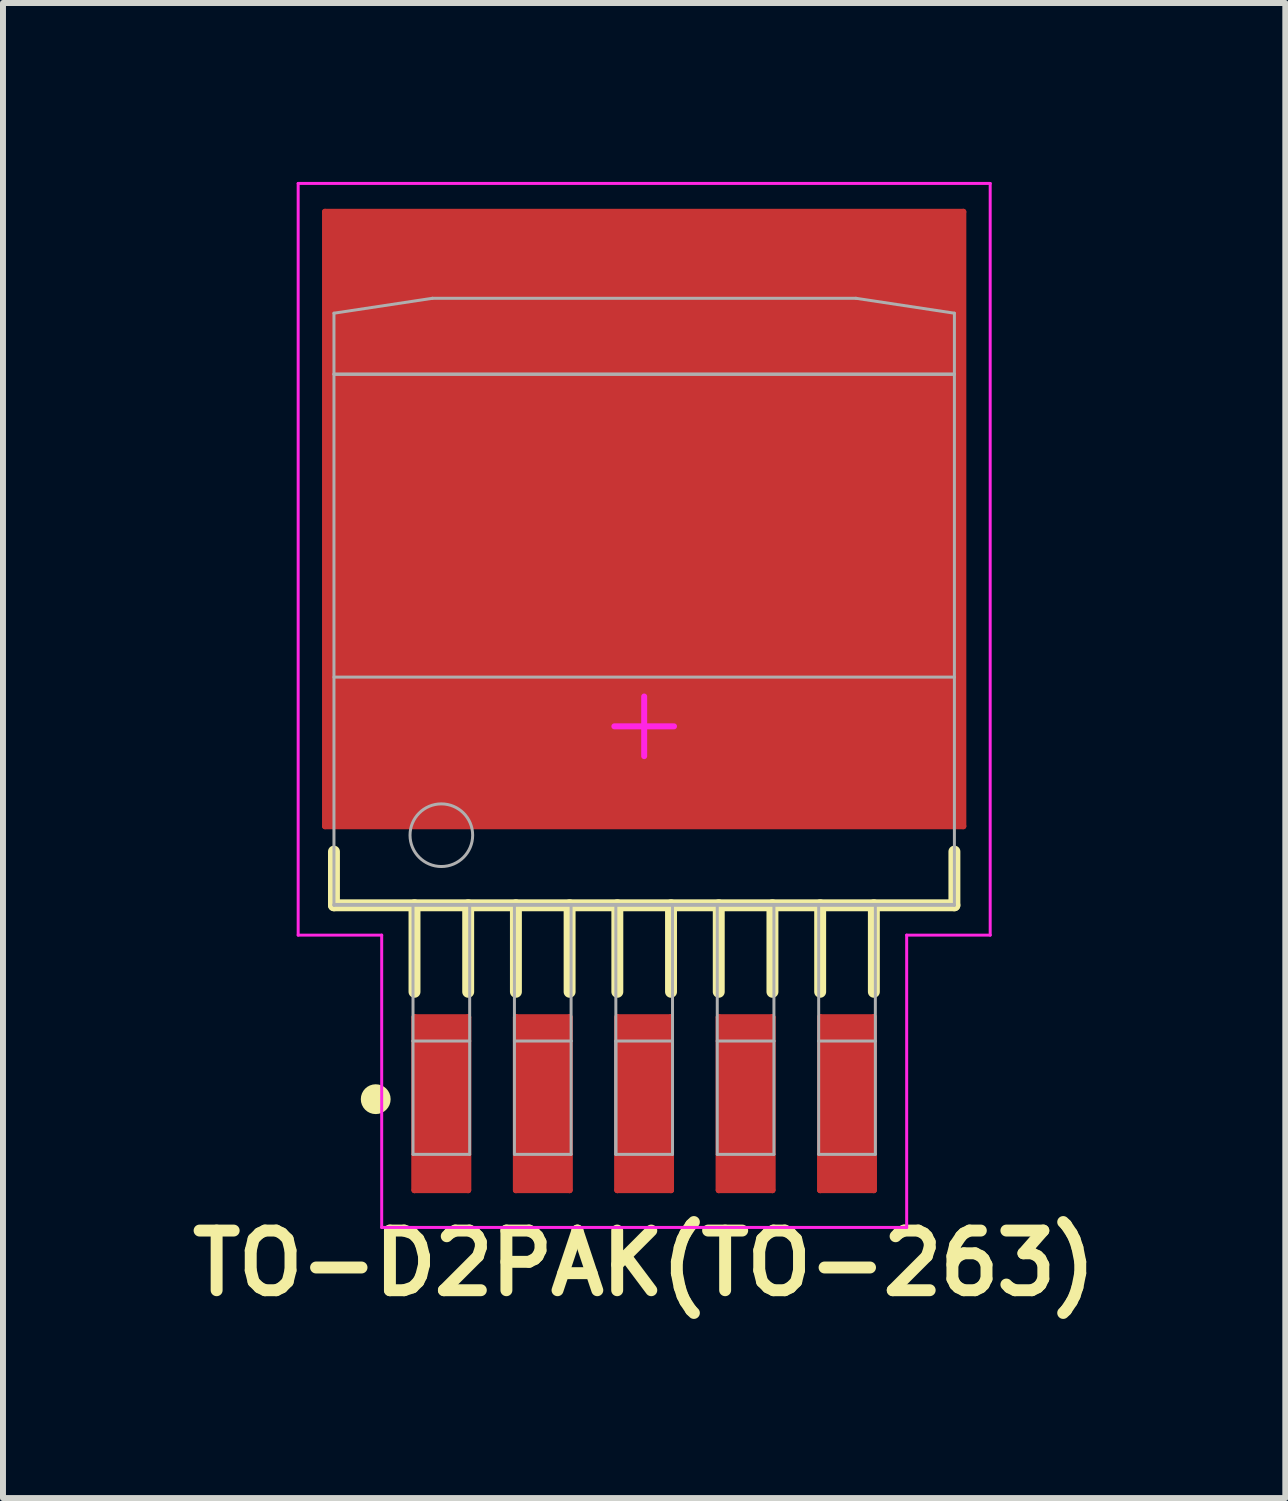
<source format=kicad_pcb>
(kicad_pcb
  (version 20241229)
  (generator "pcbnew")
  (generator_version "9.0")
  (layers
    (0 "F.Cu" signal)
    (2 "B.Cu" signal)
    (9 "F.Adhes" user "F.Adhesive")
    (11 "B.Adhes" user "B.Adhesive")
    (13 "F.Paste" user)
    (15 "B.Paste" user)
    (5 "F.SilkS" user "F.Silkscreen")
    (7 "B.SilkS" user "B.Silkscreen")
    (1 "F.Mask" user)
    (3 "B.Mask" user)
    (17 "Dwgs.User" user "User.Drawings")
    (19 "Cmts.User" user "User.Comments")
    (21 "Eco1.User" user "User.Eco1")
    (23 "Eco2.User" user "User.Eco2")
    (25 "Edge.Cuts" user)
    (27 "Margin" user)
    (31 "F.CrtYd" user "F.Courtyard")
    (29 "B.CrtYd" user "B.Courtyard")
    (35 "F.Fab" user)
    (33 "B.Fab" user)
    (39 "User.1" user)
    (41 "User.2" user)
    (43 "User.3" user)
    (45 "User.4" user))
  (footprint "TO-D2PAK(TO-263)"
    (layer "F.Cu")
    (at 7.748 9.125)
    (property "Reference" "TO-D2PAK(TO-263)" (at 0 9 0) (layer "F.SilkS") (effects (font (size 1 1) (thickness 0.2))))
    (attr through_hole)
    (fp_line (start -5.35 -8.625) (end 5.35 -8.625) (stroke (width 0.1) (type solid)) (layer "F.Cu"))
    (fp_line (start -5.35 1.675) (end -5.35 -8.625) (stroke (width 0.1) (type solid)) (layer "F.Cu"))
    (fp_line (start -5.35 1.675) (end 5.35 1.675) (stroke (width 0.1) (type solid)) (layer "F.Cu"))
    (fp_line (start -3.85 4.875) (end -2.95 4.875) (stroke (width 0.1) (type solid)) (layer "F.Cu"))
    (fp_line (start -3.85 7.775) (end -3.85 4.875) (stroke (width 0.1) (type solid)) (layer "F.Cu"))
    (fp_line (start -3.85 7.775) (end -3.85 4.875) (stroke (width 0.1) (type solid)) (layer "F.Cu"))
    (fp_line (start -3.85 7.775) (end -2.95 7.775) (stroke (width 0.1) (type solid)) (layer "F.Cu"))
    (fp_line (start -2.95 7.775) (end -2.95 4.875) (stroke (width 0.1) (type solid)) (layer "F.Cu"))
    (fp_line (start -2.95 7.775) (end -2.95 4.875) (stroke (width 0.1) (type solid)) (layer "F.Cu"))
    (fp_line (start -2.15 4.875) (end -1.25 4.875) (stroke (width 0.1) (type solid)) (layer "F.Cu"))
    (fp_line (start -2.15 7.775) (end -2.15 4.875) (stroke (width 0.1) (type solid)) (layer "F.Cu"))
    (fp_line (start -2.15 7.775) (end -2.15 4.875) (stroke (width 0.1) (type solid)) (layer "F.Cu"))
    (fp_line (start -2.15 7.775) (end -1.25 7.775) (stroke (width 0.1) (type solid)) (layer "F.Cu"))
    (fp_line (start -1.25 7.775) (end -1.25 4.875) (stroke (width 0.1) (type solid)) (layer "F.Cu"))
    (fp_line (start -1.25 7.775) (end -1.25 4.875) (stroke (width 0.1) (type solid)) (layer "F.Cu"))
    (fp_line (start -0.45 4.875) (end 0.45 4.875) (stroke (width 0.1) (type solid)) (layer "F.Cu"))
    (fp_line (start -0.45 7.775) (end -0.45 4.875) (stroke (width 0.1) (type solid)) (layer "F.Cu"))
    (fp_line (start -0.45 7.775) (end -0.45 4.875) (stroke (width 0.1) (type solid)) (layer "F.Cu"))
    (fp_line (start -0.45 7.775) (end 0.45 7.775) (stroke (width 0.1) (type solid)) (layer "F.Cu"))
    (fp_line (start 0.45 7.775) (end 0.45 4.875) (stroke (width 0.1) (type solid)) (layer "F.Cu"))
    (fp_line (start 0.45 7.775) (end 0.45 4.875) (stroke (width 0.1) (type solid)) (layer "F.Cu"))
    (fp_line (start 1.25 4.875) (end 2.15 4.875) (stroke (width 0.1) (type solid)) (layer "F.Cu"))
    (fp_line (start 1.25 7.775) (end 1.25 4.875) (stroke (width 0.1) (type solid)) (layer "F.Cu"))
    (fp_line (start 1.25 7.775) (end 1.25 4.875) (stroke (width 0.1) (type solid)) (layer "F.Cu"))
    (fp_line (start 1.25 7.775) (end 2.15 7.775) (stroke (width 0.1) (type solid)) (layer "F.Cu"))
    (fp_line (start 2.15 7.775) (end 2.15 4.875) (stroke (width 0.1) (type solid)) (layer "F.Cu"))
    (fp_line (start 2.15 7.775) (end 2.15 4.875) (stroke (width 0.1) (type solid)) (layer "F.Cu"))
    (fp_line (start 2.95 4.875) (end 3.85 4.875) (stroke (width 0.1) (type solid)) (layer "F.Cu"))
    (fp_line (start 2.95 7.775) (end 2.95 4.875) (stroke (width 0.1) (type solid)) (layer "F.Cu"))
    (fp_line (start 2.95 7.775) (end 2.95 4.875) (stroke (width 0.1) (type solid)) (layer "F.Cu"))
    (fp_line (start 2.95 7.775) (end 3.85 7.775) (stroke (width 0.1) (type solid)) (layer "F.Cu"))
    (fp_line (start 3.85 7.775) (end 3.85 4.875) (stroke (width 0.1) (type solid)) (layer "F.Cu"))
    (fp_line (start 3.85 7.775) (end 3.85 4.875) (stroke (width 0.1) (type solid)) (layer "F.Cu"))
    (fp_line (start 5.35 1.675) (end 5.35 -8.625) (stroke (width 0.1) (type solid)) (layer "F.Cu"))
    (fp_line (start -5.35 -8.625) (end 5.35 -8.625) (stroke (width 0.3) (type solid)) (layer "F.Mask"))
    (fp_line (start -5.35 1.675) (end -5.35 -8.625) (stroke (width 0.3) (type solid)) (layer "F.Mask"))
    (fp_line (start -5.35 1.675) (end 5.35 1.675) (stroke (width 0.3) (type solid)) (layer "F.Mask"))
    (fp_line (start -3.85 4.875) (end -2.95 4.875) (stroke (width 0.3) (type solid)) (layer "F.Mask"))
    (fp_line (start -3.85 7.775) (end -3.85 4.875) (stroke (width 0.3) (type solid)) (layer "F.Mask"))
    (fp_line (start -3.85 7.775) (end -3.85 4.875) (stroke (width 0.3) (type solid)) (layer "F.Mask"))
    (fp_line (start -3.85 7.775) (end -2.95 7.775) (stroke (width 0.3) (type solid)) (layer "F.Mask"))
    (fp_line (start -2.95 7.775) (end -2.95 4.875) (stroke (width 0.3) (type solid)) (layer "F.Mask"))
    (fp_line (start -2.95 7.775) (end -2.95 4.875) (stroke (width 0.3) (type solid)) (layer "F.Mask"))
    (fp_line (start -2.15 4.875) (end -1.25 4.875) (stroke (width 0.3) (type solid)) (layer "F.Mask"))
    (fp_line (start -2.15 7.775) (end -2.15 4.875) (stroke (width 0.3) (type solid)) (layer "F.Mask"))
    (fp_line (start -2.15 7.775) (end -2.15 4.875) (stroke (width 0.3) (type solid)) (layer "F.Mask"))
    (fp_line (start -2.15 7.775) (end -1.25 7.775) (stroke (width 0.3) (type solid)) (layer "F.Mask"))
    (fp_line (start -1.25 7.775) (end -1.25 4.875) (stroke (width 0.3) (type solid)) (layer "F.Mask"))
    (fp_line (start -1.25 7.775) (end -1.25 4.875) (stroke (width 0.3) (type solid)) (layer "F.Mask"))
    (fp_line (start -0.45 4.875) (end 0.45 4.875) (stroke (width 0.3) (type solid)) (layer "F.Mask"))
    (fp_line (start -0.45 7.775) (end -0.45 4.875) (stroke (width 0.3) (type solid)) (layer "F.Mask"))
    (fp_line (start -0.45 7.775) (end -0.45 4.875) (stroke (width 0.3) (type solid)) (layer "F.Mask"))
    (fp_line (start -0.45 7.775) (end 0.45 7.775) (stroke (width 0.3) (type solid)) (layer "F.Mask"))
    (fp_line (start 0.45 7.775) (end 0.45 4.875) (stroke (width 0.3) (type solid)) (layer "F.Mask"))
    (fp_line (start 0.45 7.775) (end 0.45 4.875) (stroke (width 0.3) (type solid)) (layer "F.Mask"))
    (fp_line (start 1.25 4.875) (end 2.15 4.875) (stroke (width 0.3) (type solid)) (layer "F.Mask"))
    (fp_line (start 1.25 7.775) (end 1.25 4.875) (stroke (width 0.3) (type solid)) (layer "F.Mask"))
    (fp_line (start 1.25 7.775) (end 1.25 4.875) (stroke (width 0.3) (type solid)) (layer "F.Mask"))
    (fp_line (start 1.25 7.775) (end 2.15 7.775) (stroke (width 0.3) (type solid)) (layer "F.Mask"))
    (fp_line (start 2.15 7.775) (end 2.15 4.875) (stroke (width 0.3) (type solid)) (layer "F.Mask"))
    (fp_line (start 2.15 7.775) (end 2.15 4.875) (stroke (width 0.3) (type solid)) (layer "F.Mask"))
    (fp_line (start 2.95 4.875) (end 3.85 4.875) (stroke (width 0.3) (type solid)) (layer "F.Mask"))
    (fp_line (start 2.95 7.775) (end 2.95 4.875) (stroke (width 0.3) (type solid)) (layer "F.Mask"))
    (fp_line (start 2.95 7.775) (end 2.95 4.875) (stroke (width 0.3) (type solid)) (layer "F.Mask"))
    (fp_line (start 2.95 7.775) (end 3.85 7.775) (stroke (width 0.3) (type solid)) (layer "F.Mask"))
    (fp_line (start 3.85 7.775) (end 3.85 4.875) (stroke (width 0.3) (type solid)) (layer "F.Mask"))
    (fp_line (start 3.85 7.775) (end 3.85 4.875) (stroke (width 0.3) (type solid)) (layer "F.Mask"))
    (fp_line (start 5.35 1.675) (end 5.35 -8.625) (stroke (width 0.3) (type solid)) (layer "F.Mask"))
    (fp_line (start -5.2 2.1) (end -5.2 3) (stroke (width 0.2) (type solid)) (layer "F.SilkS"))
    (fp_line (start -5.2 3) (end 5.2 3) (stroke (width 0.2) (type solid)) (layer "F.SilkS"))
    (fp_line (start -3.85 3) (end -3.85 4.45) (stroke (width 0.2) (type solid)) (layer "F.SilkS"))
    (fp_line (start -2.95 3) (end -2.95 4.45) (stroke (width 0.2) (type solid)) (layer "F.SilkS"))
    (fp_line (start -2.15 3) (end -2.15 4.45) (stroke (width 0.2) (type solid)) (layer "F.SilkS"))
    (fp_line (start -1.25 3) (end -1.25 4.45) (stroke (width 0.2) (type solid)) (layer "F.SilkS"))
    (fp_line (start -0.45 3) (end -0.45 4.45) (stroke (width 0.2) (type solid)) (layer "F.SilkS"))
    (fp_line (start 0.45 3) (end 0.45 4.45) (stroke (width 0.2) (type solid)) (layer "F.SilkS"))
    (fp_line (start 1.25 3) (end 1.25 4.45) (stroke (width 0.2) (type solid)) (layer "F.SilkS"))
    (fp_line (start 2.15 3) (end 2.15 4.45) (stroke (width 0.2) (type solid)) (layer "F.SilkS"))
    (fp_line (start 2.95 3) (end 2.95 4.45) (stroke (width 0.2) (type solid)) (layer "F.SilkS"))
    (fp_line (start 3.85 3) (end 3.85 4.45) (stroke (width 0.2) (type solid)) (layer "F.SilkS"))
    (fp_line (start 5.2 3) (end 5.2 2.1) (stroke (width 0.2) (type solid)) (layer "F.SilkS"))
    (fp_circle (center -4.5 6.25) (end -4.4 6.25) (stroke (width 0.2) (type solid)) (fill no) (layer "F.SilkS"))
    (fp_circle (center -4.5 6.25) (end -4.35 6.25) (stroke (width 0.2) (type solid)) (fill no) (layer "F.SilkS"))
    (fp_line (start -5.35 -8.625) (end 5.35 -8.625) (stroke (width 0.05) (type solid)) (layer "F.Paste"))
    (fp_line (start -5.35 1.675) (end -5.35 -8.625) (stroke (width 0.05) (type solid)) (layer "F.Paste"))
    (fp_line (start -5.35 1.675) (end 5.35 1.675) (stroke (width 0.05) (type solid)) (layer "F.Paste"))
    (fp_line (start -3.85 4.875) (end -2.95 4.875) (stroke (width 0.05) (type solid)) (layer "F.Paste"))
    (fp_line (start -3.85 7.775) (end -3.85 4.875) (stroke (width 0.05) (type solid)) (layer "F.Paste"))
    (fp_line (start -3.85 7.775) (end -3.85 4.875) (stroke (width 0.05) (type solid)) (layer "F.Paste"))
    (fp_line (start -3.85 7.775) (end -2.95 7.775) (stroke (width 0.05) (type solid)) (layer "F.Paste"))
    (fp_line (start -2.95 7.775) (end -2.95 4.875) (stroke (width 0.05) (type solid)) (layer "F.Paste"))
    (fp_line (start -2.95 7.775) (end -2.95 4.875) (stroke (width 0.05) (type solid)) (layer "F.Paste"))
    (fp_line (start -2.15 4.875) (end -1.25 4.875) (stroke (width 0.05) (type solid)) (layer "F.Paste"))
    (fp_line (start -2.15 7.775) (end -2.15 4.875) (stroke (width 0.05) (type solid)) (layer "F.Paste"))
    (fp_line (start -2.15 7.775) (end -2.15 4.875) (stroke (width 0.05) (type solid)) (layer "F.Paste"))
    (fp_line (start -2.15 7.775) (end -1.25 7.775) (stroke (width 0.05) (type solid)) (layer "F.Paste"))
    (fp_line (start -1.25 7.775) (end -1.25 4.875) (stroke (width 0.05) (type solid)) (layer "F.Paste"))
    (fp_line (start -1.25 7.775) (end -1.25 4.875) (stroke (width 0.05) (type solid)) (layer "F.Paste"))
    (fp_line (start -0.45 4.875) (end 0.45 4.875) (stroke (width 0.05) (type solid)) (layer "F.Paste"))
    (fp_line (start -0.45 7.775) (end -0.45 4.875) (stroke (width 0.05) (type solid)) (layer "F.Paste"))
    (fp_line (start -0.45 7.775) (end -0.45 4.875) (stroke (width 0.05) (type solid)) (layer "F.Paste"))
    (fp_line (start -0.45 7.775) (end 0.45 7.775) (stroke (width 0.05) (type solid)) (layer "F.Paste"))
    (fp_line (start 0.45 7.775) (end 0.45 4.875) (stroke (width 0.05) (type solid)) (layer "F.Paste"))
    (fp_line (start 0.45 7.775) (end 0.45 4.875) (stroke (width 0.05) (type solid)) (layer "F.Paste"))
    (fp_line (start 1.25 4.875) (end 2.15 4.875) (stroke (width 0.05) (type solid)) (layer "F.Paste"))
    (fp_line (start 1.25 7.775) (end 1.25 4.875) (stroke (width 0.05) (type solid)) (layer "F.Paste"))
    (fp_line (start 1.25 7.775) (end 1.25 4.875) (stroke (width 0.05) (type solid)) (layer "F.Paste"))
    (fp_line (start 1.25 7.775) (end 2.15 7.775) (stroke (width 0.05) (type solid)) (layer "F.Paste"))
    (fp_line (start 2.15 7.775) (end 2.15 4.875) (stroke (width 0.05) (type solid)) (layer "F.Paste"))
    (fp_line (start 2.15 7.775) (end 2.15 4.875) (stroke (width 0.05) (type solid)) (layer "F.Paste"))
    (fp_line (start 2.95 4.875) (end 3.85 4.875) (stroke (width 0.05) (type solid)) (layer "F.Paste"))
    (fp_line (start 2.95 7.775) (end 2.95 4.875) (stroke (width 0.05) (type solid)) (layer "F.Paste"))
    (fp_line (start 2.95 7.775) (end 2.95 4.875) (stroke (width 0.05) (type solid)) (layer "F.Paste"))
    (fp_line (start 2.95 7.775) (end 3.85 7.775) (stroke (width 0.05) (type solid)) (layer "F.Paste"))
    (fp_line (start 3.85 7.775) (end 3.85 4.875) (stroke (width 0.05) (type solid)) (layer "F.Paste"))
    (fp_line (start 3.85 7.775) (end 3.85 4.875) (stroke (width 0.05) (type solid)) (layer "F.Paste"))
    (fp_line (start 5.35 1.675) (end 5.35 -8.625) (stroke (width 0.05) (type solid)) (layer "F.Paste"))
    (fp_line (start -5.8 -9.1) (end 5.8 -9.1) (stroke (width 0.05) (type solid)) (layer "F.CrtYd"))
    (fp_line (start -5.8 3.5) (end -5.8 -9.1) (stroke (width 0.05) (type solid)) (layer "F.CrtYd"))
    (fp_line (start -4.4 3.5) (end -5.8 3.5) (stroke (width 0.05) (type solid)) (layer "F.CrtYd"))
    (fp_line (start -4.4 8.4) (end -4.4 3.5) (stroke (width 0.05) (type solid)) (layer "F.CrtYd"))
    (fp_line (start -0.5 0) (end 0.5 0) (stroke (width 0.1) (type solid)) (layer "F.CrtYd"))
    (fp_line (start 0 -0.5) (end 0 0.5) (stroke (width 0.1) (type solid)) (layer "F.CrtYd"))
    (fp_line (start 4.4 3.5) (end 4.4 8.4) (stroke (width 0.05) (type solid)) (layer "F.CrtYd"))
    (fp_line (start 4.4 8.4) (end -4.4 8.4) (stroke (width 0.05) (type solid)) (layer "F.CrtYd"))
    (fp_line (start 5.8 -9.1) (end 5.8 3.5) (stroke (width 0.05) (type solid)) (layer "F.CrtYd"))
    (fp_line (start 5.8 3.5) (end 4.4 3.5) (stroke (width 0.05) (type solid)) (layer "F.CrtYd"))
    (fp_line (start -5.2 -5.905) (end 5.2 -5.905) (stroke (width 0.05) (type solid)) (layer "F.Fab"))
    (fp_line (start -5.2 2.985) (end 5.2 2.985) (stroke (width 0.05) (type solid)) (layer "F.Fab"))
    (fp_line (start -5.2 3) (end -5.2 -6.925) (stroke (width 0.05) (type solid)) (layer "F.Fab"))
    (fp_line (start -5.2 3) (end 5.2 3) (stroke (width 0.05) (type solid)) (layer "F.Fab"))
    (fp_line (start -3.875 5.275) (end -3.875 3) (stroke (width 0.05) (type solid)) (layer "F.Fab"))
    (fp_line (start -3.875 7.175) (end -3.875 5.275) (stroke (width 0.05) (type solid)) (layer "F.Fab"))
    (fp_line (start -3.875 7.175) (end -2.925 7.175) (stroke (width 0.05) (type solid)) (layer "F.Fab"))
    (fp_line (start -3.55 -7.175) (end -5.2 -6.925) (stroke (width 0.05) (type solid)) (layer "F.Fab"))
    (fp_line (start -2.925 5.275) (end -3.875 5.275) (stroke (width 0.05) (type solid)) (layer "F.Fab"))
    (fp_line (start -2.925 5.275) (end -2.925 3) (stroke (width 0.05) (type solid)) (layer "F.Fab"))
    (fp_line (start -2.925 5.275) (end -2.925 7.175) (stroke (width 0.05) (type solid)) (layer "F.Fab"))
    (fp_line (start -2.175 5.275) (end -2.175 3) (stroke (width 0.05) (type solid)) (layer "F.Fab"))
    (fp_line (start -2.175 5.275) (end -1.225 5.275) (stroke (width 0.05) (type solid)) (layer "F.Fab"))
    (fp_line (start -2.175 7.175) (end -2.175 5.275) (stroke (width 0.05) (type solid)) (layer "F.Fab"))
    (fp_line (start -2.175 7.175) (end -1.225 7.175) (stroke (width 0.05) (type solid)) (layer "F.Fab"))
    (fp_line (start -1.225 5.275) (end -1.225 3) (stroke (width 0.05) (type solid)) (layer "F.Fab"))
    (fp_line (start -1.225 5.275) (end -1.225 7.175) (stroke (width 0.05) (type solid)) (layer "F.Fab"))
    (fp_line (start -0.475 5.275) (end -0.475 3) (stroke (width 0.05) (type solid)) (layer "F.Fab"))
    (fp_line (start -0.475 5.275) (end 0.475 5.275) (stroke (width 0.05) (type solid)) (layer "F.Fab"))
    (fp_line (start -0.475 7.175) (end -0.475 5.275) (stroke (width 0.05) (type solid)) (layer "F.Fab"))
    (fp_line (start -0.475 7.175) (end -0.475 5.275) (stroke (width 0.05) (type solid)) (layer "F.Fab"))
    (fp_line (start -0.475 7.175) (end 0.475 7.175) (stroke (width 0.05) (type solid)) (layer "F.Fab"))
    (fp_line (start 0.475 5.275) (end 0.475 3) (stroke (width 0.05) (type solid)) (layer "F.Fab"))
    (fp_line (start 0.475 5.275) (end 0.475 7.175) (stroke (width 0.05) (type solid)) (layer "F.Fab"))
    (fp_line (start 1.225 5.275) (end 1.225 3) (stroke (width 0.05) (type solid)) (layer "F.Fab"))
    (fp_line (start 1.225 5.275) (end 2.175 5.275) (stroke (width 0.05) (type solid)) (layer "F.Fab"))
    (fp_line (start 1.225 7.175) (end 1.225 5.275) (stroke (width 0.05) (type solid)) (layer "F.Fab"))
    (fp_line (start 1.225 7.175) (end 2.175 7.175) (stroke (width 0.05) (type solid)) (layer "F.Fab"))
    (fp_line (start 2.175 5.275) (end 2.175 3) (stroke (width 0.05) (type solid)) (layer "F.Fab"))
    (fp_line (start 2.175 5.275) (end 2.175 7.175) (stroke (width 0.05) (type solid)) (layer "F.Fab"))
    (fp_line (start 2.925 5.275) (end 2.925 3) (stroke (width 0.05) (type solid)) (layer "F.Fab"))
    (fp_line (start 2.925 5.275) (end 3.875 5.275) (stroke (width 0.05) (type solid)) (layer "F.Fab"))
    (fp_line (start 2.925 7.175) (end 2.925 5.275) (stroke (width 0.05) (type solid)) (layer "F.Fab"))
    (fp_line (start 2.925 7.175) (end 3.875 7.175) (stroke (width 0.05) (type solid)) (layer "F.Fab"))
    (fp_line (start 3.55 -7.175) (end -3.55 -7.175) (stroke (width 0.05) (type solid)) (layer "F.Fab"))
    (fp_line (start 3.55 -7.175) (end 5.2 -6.925) (stroke (width 0.05) (type solid)) (layer "F.Fab"))
    (fp_line (start 3.875 5.275) (end 3.875 3) (stroke (width 0.05) (type solid)) (layer "F.Fab"))
    (fp_line (start 3.875 5.275) (end 3.875 7.175) (stroke (width 0.05) (type solid)) (layer "F.Fab"))
    (fp_line (start 5.2 -5.9) (end -5.2 -5.9) (stroke (width 0.05) (type solid)) (layer "F.Fab"))
    (fp_line (start 5.2 -0.825) (end -5.2 -0.825) (stroke (width 0.05) (type solid)) (layer "F.Fab"))
    (fp_line (start 5.2 3) (end 5.2 -6.925) (stroke (width 0.05) (type solid)) (layer "F.Fab"))
    (fp_circle (center -3.4 1.825) (end -2.875 1.825) (stroke (width 0.05) (type solid)) (fill no) (layer "F.Fab"))
    (pad "1" smd rect (at -3.4 6.325) (size 0.9 2.9) (layers "F.Cu" "F.Mask" "F.Paste"))
    (pad "2" smd rect (at -1.7 6.325) (size 0.9 2.9) (layers "F.Cu" "F.Mask" "F.Paste"))
    (pad "3" smd rect (at 0 6.325) (size 0.9 2.9) (layers "F.Cu" "F.Mask" "F.Paste"))
    (pad "4" smd rect (at 1.7 6.325) (size 0.9 2.9) (layers "F.Cu" "F.Mask" "F.Paste"))
    (pad "5" smd rect (at 3.4 6.325) (size 0.9 2.9) (layers "F.Cu" "F.Mask" "F.Paste"))
    (pad "TAP" smd rect (at 0 -3.475) (size 10.7 10.3) (layers "F.Cu" "F.Mask" "F.Paste")))
  (gr_rect
    (start -3 -3)
    (end 18.495 22.061)
    (stroke (width 0.1) (type default))
    (fill no)
    (layer "Edge.Cuts")))
</source>
